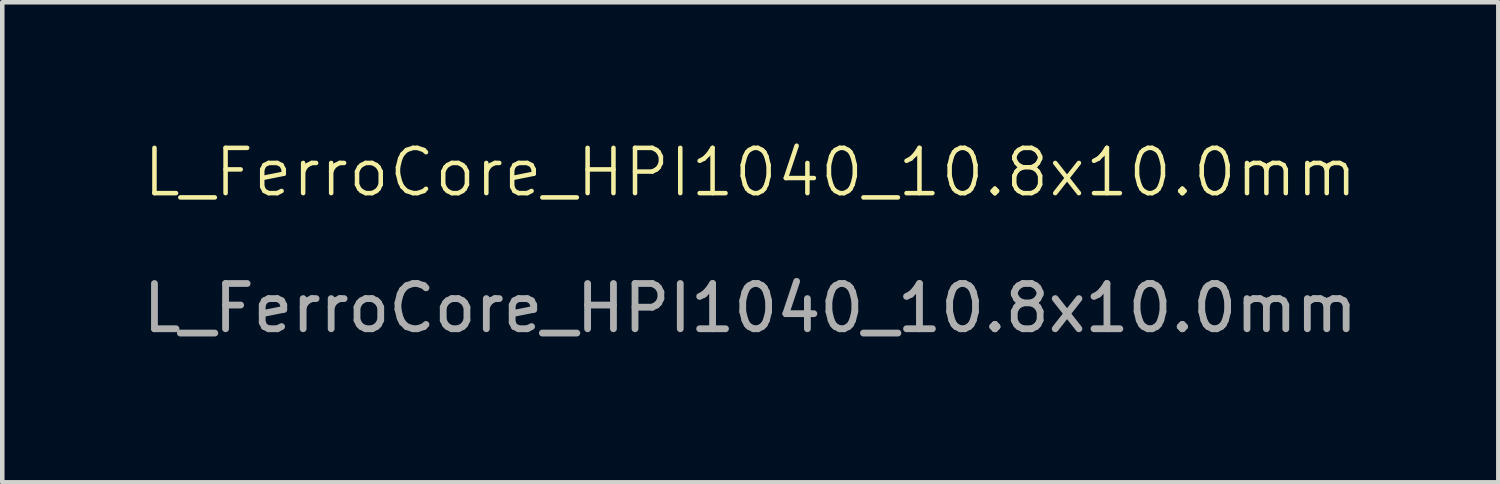
<source format=kicad_pcb>
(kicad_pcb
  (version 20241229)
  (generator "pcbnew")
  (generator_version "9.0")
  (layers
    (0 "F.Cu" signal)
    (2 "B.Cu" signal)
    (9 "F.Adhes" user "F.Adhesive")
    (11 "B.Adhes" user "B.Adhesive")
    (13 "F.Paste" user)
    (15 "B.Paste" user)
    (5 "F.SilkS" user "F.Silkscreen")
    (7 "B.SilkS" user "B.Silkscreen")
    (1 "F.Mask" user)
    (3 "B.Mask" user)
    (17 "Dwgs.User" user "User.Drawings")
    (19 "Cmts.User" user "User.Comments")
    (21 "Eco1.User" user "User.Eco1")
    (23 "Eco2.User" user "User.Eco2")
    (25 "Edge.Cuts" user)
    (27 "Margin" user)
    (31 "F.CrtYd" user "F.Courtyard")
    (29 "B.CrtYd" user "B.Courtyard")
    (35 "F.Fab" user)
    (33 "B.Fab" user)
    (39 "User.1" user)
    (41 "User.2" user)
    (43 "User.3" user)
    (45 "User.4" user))
  (footprint "L_FerroCore_HPI1040_10.8x10.0mm"
    (layer "F.Cu")
    (at 13.53 1.26)
    (property "Reference" "L_FerroCore_HPI1040_10.8x10.0mm" (at 0 -0.5 0) (unlocked yes) (layer "F.SilkS") (effects (font (size 1 1) (thickness 0.1))))
    (attr smd)
    (fp_text user "${REFERENCE}" (at 0 2.5 0) (unlocked yes) (layer "F.Fab") (effects (font (size 1 1) (thickness 0.15)))))
  (gr_rect
    (start -3 -3)
    (end 30.06 7.609)
    (stroke (width 0.1) (type default))
    (fill no)
    (layer "Edge.Cuts")))
</source>
